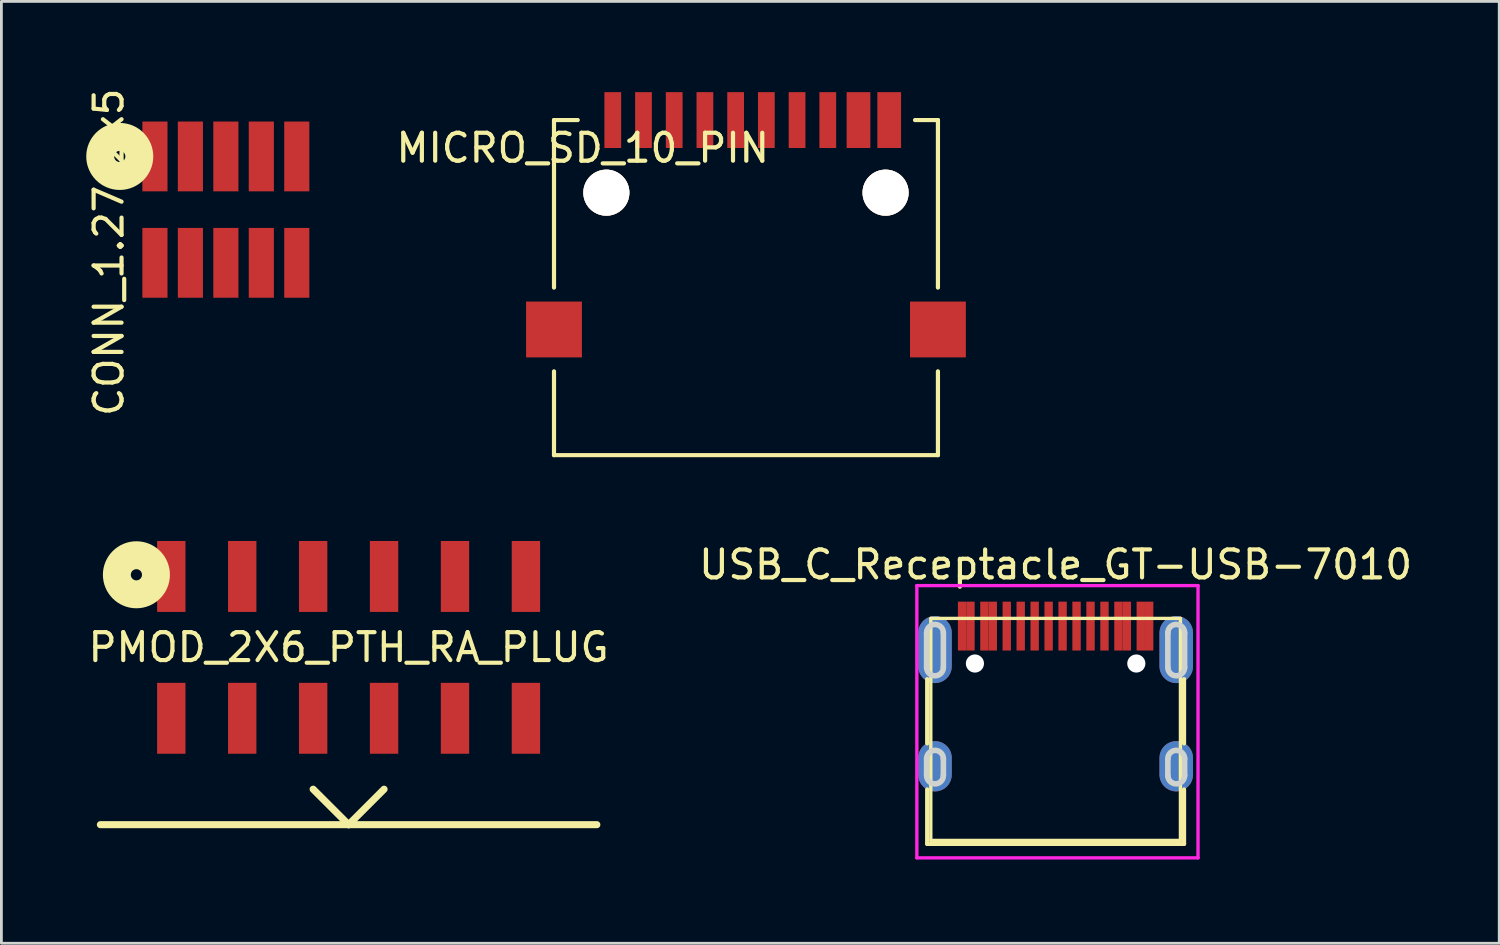
<source format=kicad_pcb>
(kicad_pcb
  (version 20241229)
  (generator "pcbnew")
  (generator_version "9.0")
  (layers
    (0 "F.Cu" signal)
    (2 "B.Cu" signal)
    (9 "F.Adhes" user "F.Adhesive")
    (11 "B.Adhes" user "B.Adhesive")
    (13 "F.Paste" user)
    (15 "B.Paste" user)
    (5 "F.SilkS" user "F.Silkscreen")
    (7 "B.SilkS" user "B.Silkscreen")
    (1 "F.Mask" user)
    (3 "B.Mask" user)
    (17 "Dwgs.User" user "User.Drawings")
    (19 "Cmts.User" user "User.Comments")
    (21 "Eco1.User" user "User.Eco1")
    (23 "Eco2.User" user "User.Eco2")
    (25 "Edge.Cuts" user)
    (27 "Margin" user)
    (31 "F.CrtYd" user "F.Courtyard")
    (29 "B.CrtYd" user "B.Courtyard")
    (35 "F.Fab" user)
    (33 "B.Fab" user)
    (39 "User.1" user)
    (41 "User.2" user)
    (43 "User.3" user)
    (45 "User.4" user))
  (footprint "USB_C_Receptacle_GT-USB-7010"
    (layer "F.Cu")
    (at 34.756 22.523)
    (property "Reference" "USB_C_Receptacle_GT-USB-7010" (at 0 -5.35 0) (layer "F.SilkS") (effects (font (size 1 1) (thickness 0.15))))
    (attr through_hole)
    (fp_line (start -4.6 1.05) (end -4.6 -1.25) (stroke (width 0.15) (type solid)) (layer "F.SilkS"))
    (fp_line (start -4.6 4.65) (end -4.6 2.7) (stroke (width 0.15) (type solid)) (layer "F.SilkS"))
    (fp_line (start -4.47 -3.425) (end -4.47 4.525) (stroke (width 0.12) (type solid)) (layer "F.SilkS"))
    (fp_line (start -4.47 -3.425) (end 4.47 -3.425) (stroke (width 0.12) (type solid)) (layer "F.SilkS"))
    (fp_line (start 4.47 -3.425) (end 4.47 4.525) (stroke (width 0.12) (type solid)) (layer "F.SilkS"))
    (fp_line (start 4.47 4.525) (end -4.47 4.525) (stroke (width 0.12) (type solid)) (layer "F.SilkS"))
    (fp_line (start 4.6 1.05) (end 4.6 -1.25) (stroke (width 0.15) (type solid)) (layer "F.SilkS"))
    (fp_line (start 4.6 4.65) (end -4.6 4.65) (stroke (width 0.15) (type solid)) (layer "F.SilkS"))
    (fp_line (start 4.6 4.65) (end 4.6 2.7) (stroke (width 0.15) (type solid)) (layer "F.SilkS"))
    (fp_line (start -4.62 -2.91) (end -4.62 -1.67) (stroke (width 0.2) (type solid)) (layer "Edge.Cuts"))
    (fp_line (start -4.62 1.6) (end -4.62 2.2) (stroke (width 0.2) (type solid)) (layer "Edge.Cuts"))
    (fp_line (start -4.02 -2.91) (end -4.02 -1.67) (stroke (width 0.2) (type solid)) (layer "Edge.Cuts"))
    (fp_line (start -4.02 1.6) (end -4.02 2.2) (stroke (width 0.2) (type solid)) (layer "Edge.Cuts"))
    (fp_line (start 4.02 -2.91) (end 4.02 -1.67) (stroke (width 0.2) (type solid)) (layer "Edge.Cuts"))
    (fp_line (start 4.02 1.62) (end 4.02 2.22) (stroke (width 0.2) (type solid)) (layer "Edge.Cuts"))
    (fp_line (start 4.62 -2.91) (end 4.62 -1.67) (stroke (width 0.2) (type solid)) (layer "Edge.Cuts"))
    (fp_line (start 4.62 1.6) (end 4.62 2.2) (stroke (width 0.2) (type solid)) (layer "Edge.Cuts"))
    (fp_arc (start -4.62 -2.91) (mid -4.32 -3.21) (end -4.02 -2.91) (stroke (width 0.2) (type solid)) (layer "Edge.Cuts"))
    (fp_arc (start -4.62 1.6) (mid -4.32 1.3) (end -4.02 1.6) (stroke (width 0.2) (type solid)) (layer "Edge.Cuts"))
    (fp_arc (start -4.02 -1.67) (mid -4.32 -1.37) (end -4.62 -1.67) (stroke (width 0.2) (type solid)) (layer "Edge.Cuts"))
    (fp_arc (start -4.02 2.2) (mid -4.32 2.5) (end -4.62 2.2) (stroke (width 0.2) (type solid)) (layer "Edge.Cuts"))
    (fp_arc (start 4.02 -2.91) (mid 4.32 -3.21) (end 4.62 -2.91) (stroke (width 0.2) (type solid)) (layer "Edge.Cuts"))
    (fp_arc (start 4.02 1.6) (mid 4.32 1.3) (end 4.62 1.6) (stroke (width 0.2) (type solid)) (layer "Edge.Cuts"))
    (fp_arc (start 4.62 -1.67) (mid 4.32 -1.37) (end 4.02 -1.67) (stroke (width 0.2) (type solid)) (layer "Edge.Cuts"))
    (fp_arc (start 4.62 2.2) (mid 4.32 2.5) (end 4.02 2.2) (stroke (width 0.2) (type solid)) (layer "Edge.Cuts"))
    (fp_line (start -4.97 -4.6) (end -4.97 5.15) (stroke (width 0.12) (type solid)) (layer "F.CrtYd"))
    (fp_line (start -4.97 -4.6) (end 5.1 -4.6) (stroke (width 0.12) (type solid)) (layer "F.CrtYd"))
    (fp_line (start -4.97 5.15) (end 5.1 5.15) (stroke (width 0.12) (type solid)) (layer "F.CrtYd"))
    (fp_line (start 5.1 -4.6) (end 5.1 5.15) (stroke (width 0.12) (type solid)) (layer "F.CrtYd"))
    (pad "" np_thru_hole circle (at -2.89 -1.81) (size 0.65 0.65) (drill 0.65) (layers "*.Cu" "*.Mask"))
    (pad "" np_thru_hole circle (at 2.89 -1.81) (size 0.65 0.65) (drill 0.65) (layers "*.Cu" "*.Mask"))
    (pad "A1" smd rect (at -3.35 -3.15) (size 0.3 1.75) (layers "F.Cu" "F.Mask" "F.Paste"))
    (pad "A4" smd rect (at -2.55 -3.15) (size 0.3 1.75) (layers "F.Cu" "F.Mask" "F.Paste"))
    (pad "A5" smd rect (at -1.25 -3.15) (size 0.3 1.75) (layers "F.Cu" "F.Mask" "F.Paste"))
    (pad "A6" smd rect (at -0.25 -3.15) (size 0.3 1.75) (layers "F.Cu" "F.Mask" "F.Paste"))
    (pad "A7" smd rect (at 0.25 -3.15) (size 0.3 1.75) (layers "F.Cu" "F.Mask" "F.Paste"))
    (pad "A8" smd rect (at 1.25 -3.15) (size 0.3 1.75) (layers "F.Cu" "F.Mask" "F.Paste"))
    (pad "A9" smd rect (at 2.55 -3.15) (size 0.3 1.75) (layers "F.Cu" "F.Mask" "F.Paste"))
    (pad "A12" smd rect (at 3.35 -3.15) (size 0.3 1.75) (layers "F.Cu" "F.Mask" "F.Paste"))
    (pad "B1" smd rect (at 3.05 -3.15) (size 0.3 1.75) (layers "F.Cu" "F.Mask" "F.Paste"))
    (pad "B4" smd rect (at 2.25 -3.15) (size 0.3 1.75) (layers "F.Cu" "F.Mask" "F.Paste"))
    (pad "B5" smd rect (at 1.75 -3.15) (size 0.3 1.75) (layers "F.Cu" "F.Mask" "F.Paste"))
    (pad "B6" smd rect (at 0.75 -3.15) (size 0.3 1.75) (layers "F.Cu" "F.Mask" "F.Paste"))
    (pad "B7" smd rect (at -0.75 -3.15) (size 0.3 1.75) (layers "F.Cu" "F.Mask" "F.Paste"))
    (pad "B8" smd rect (at -1.75 -3.15) (size 0.3 1.75) (layers "F.Cu" "F.Mask" "F.Paste"))
    (pad "B9" smd rect (at -2.25 -3.15) (size 0.3 1.75) (layers "F.Cu" "F.Mask" "F.Paste"))
    (pad "B12" smd rect (at -3.05 -3.15) (size 0.3 1.75) (layers "F.Cu" "F.Mask" "F.Paste"))
    (pad "S1" smd oval (at -4.32 -2.31) (size 1.2 2.4) (layers "F.Cu" "F.Mask" "F.Paste"))
    (pad "S1" smd oval (at -4.32 -2.31) (size 1.2 2.4) (layers "B.Cu" "B.Mask" "B.Paste"))
    (pad "S1" smd oval (at -4.32 1.87) (size 1.2 1.8) (layers "F.Cu" "F.Mask" "F.Paste"))
    (pad "S1" smd oval (at -4.32 1.87) (size 1.2 1.8) (layers "B.Cu" "B.Mask" "B.Paste"))
    (pad "S1" smd oval (at 4.32 -2.31) (size 1.2 2.4) (layers "F.Cu" "F.Mask" "F.Paste"))
    (pad "S1" smd oval (at 4.32 -2.31) (size 1.2 2.4) (layers "B.Cu" "B.Mask" "B.Paste"))
    (pad "S1" smd oval (at 4.32 1.87) (size 1.2 1.8) (layers "F.Cu" "F.Mask" "F.Paste"))
    (pad "S1" smd oval (at 4.32 1.87) (size 1.2 1.8) (layers "B.Cu" "B.Mask" "B.Paste")))
  (footprint "PMOD_2X6_PTH_RA_PLUG"
    (layer "F.Cu")
    (at 9.435 20.135)
    (property "Reference" "PMOD_2X6_PTH_RA_PLUG" (at 0 0 0) (layer "F.SilkS") (effects (font (size 1 1) (thickness 0.15))))
    (attr smd)
    (fp_line (start 0 6.35) (end -8.89 6.35) (stroke (width 0.254) (type solid)) (layer "F.SilkS"))
    (fp_line (start 0 6.35) (end -1.27 5.08) (stroke (width 0.254) (type solid)) (layer "F.SilkS"))
    (fp_line (start 1.27 5.08) (end 0 6.35) (stroke (width 0.254) (type solid)) (layer "F.SilkS"))
    (fp_line (start 8.89 6.35) (end 0 6.35) (stroke (width 0.254) (type solid)) (layer "F.SilkS"))
    (fp_circle (center -7.6 -2.6) (end -7.4 -2.6) (stroke (width 1) (type solid)) (fill no) (layer "F.SilkS"))
    (pad "1" smd rect (at -6.35 -2.54 270) (size 2.54 1.016) (layers "F.Cu" "F.Mask" "F.Paste"))
    (pad "2" smd rect (at -3.81 -2.54 270) (size 2.54 1.016) (layers "F.Cu" "F.Mask" "F.Paste"))
    (pad "3" smd rect (at -1.27 -2.54 270) (size 2.54 1.016) (layers "F.Cu" "F.Mask" "F.Paste"))
    (pad "4" smd rect (at 1.27 -2.54 270) (size 2.54 1.016) (layers "F.Cu" "F.Mask" "F.Paste"))
    (pad "5" smd rect (at 3.81 -2.54 270) (size 2.54 1.016) (layers "F.Cu" "F.Mask" "F.Paste"))
    (pad "6" smd rect (at 6.35 -2.54 270) (size 2.54 1.016) (layers "F.Cu" "F.Mask" "F.Paste"))
    (pad "7" smd rect (at -6.35 2.54 270) (size 2.54 1.016) (layers "F.Cu" "F.Mask" "F.Paste"))
    (pad "8" smd rect (at -3.81 2.54 270) (size 2.54 1.016) (layers "F.Cu" "F.Mask" "F.Paste"))
    (pad "9" smd rect (at -1.27 2.54 270) (size 2.54 1.016) (layers "F.Cu" "F.Mask" "F.Paste"))
    (pad "10" smd rect (at 1.27 2.54 270) (size 2.54 1.016) (layers "F.Cu" "F.Mask" "F.Paste"))
    (pad "11" smd rect (at 3.81 2.54 270) (size 2.54 1.016) (layers "F.Cu" "F.Mask" "F.Paste"))
    (pad "12" smd rect (at 6.35 2.54 270) (size 2.54 1.016) (layers "F.Cu" "F.Mask" "F.Paste")))
  (footprint "CONN_1.27_2x5"
    (layer "F.Cu")
    (at 5.039 4.458)
    (property "Reference" "CONN_1.27_2x5" (at -4.191 1.524 90) (layer "F.SilkS") (effects (font (size 1 1) (thickness 0.15))))
    (attr through_hole)
    (fp_circle (center -3.8 -1.905) (end -3.6 -1.905) (stroke (width 1) (type solid)) (fill no) (layer "F.SilkS"))
    (pad "1" smd rect (at -2.54 -1.905) (size 0.9 2.5) (layers "F.Cu" "F.Mask" "F.Paste"))
    (pad "2" smd rect (at -2.54 1.905) (size 0.9 2.5) (layers "F.Cu" "F.Mask" "F.Paste"))
    (pad "3" smd rect (at -1.27 -1.905) (size 0.9 2.5) (layers "F.Cu" "F.Mask" "F.Paste"))
    (pad "4" smd rect (at -1.27 1.905) (size 0.9 2.5) (layers "F.Cu" "F.Mask" "F.Paste"))
    (pad "5" smd rect (at 0 -1.905) (size 0.9 2.5) (layers "F.Cu" "F.Mask" "F.Paste"))
    (pad "6" smd rect (at 0 1.905) (size 0.9 2.5) (layers "F.Cu" "F.Mask" "F.Paste"))
    (pad "7" smd rect (at 1.27 -1.905) (size 0.9 2.5) (layers "F.Cu" "F.Mask" "F.Paste"))
    (pad "8" smd rect (at 1.27 1.905) (size 0.9 2.5) (layers "F.Cu" "F.Mask" "F.Paste"))
    (pad "9" smd rect (at 2.54 -1.905) (size 0.9 2.5) (layers "F.Cu" "F.Mask" "F.Paste"))
    (pad "10" smd rect (at 2.54 1.905) (size 0.9 2.5) (layers "F.Cu" "F.Mask" "F.Paste")))
  (footprint "MICRO_SD_10_PIN"
    (layer "F.Cu")
    (at 29.221 0.25)
    (property "Reference" "MICRO_SD_10_PIN" (at -11.4 2 0) (layer "F.SilkS") (effects (font (size 1 1) (thickness 0.15))))
    (attr through_hole)
    (fp_line (start -12.43 1) (end -11.58 1) (stroke (width 0.15) (type solid)) (layer "F.SilkS"))
    (fp_line (start -12.43 7) (end -12.43 1) (stroke (width 0.15) (type solid)) (layer "F.SilkS"))
    (fp_line (start -12.43 13) (end -12.43 10) (stroke (width 0.15) (type solid)) (layer "F.SilkS"))
    (fp_line (start 0.5 1) (end 1.32 1) (stroke (width 0.15) (type solid)) (layer "F.SilkS"))
    (fp_line (start 1.32 1) (end 1.32 7) (stroke (width 0.15) (type solid)) (layer "F.SilkS"))
    (fp_line (start 1.32 13) (end -12.43 13) (stroke (width 0.15) (type solid)) (layer "F.SilkS"))
    (fp_line (start 1.32 13) (end 1.32 10) (stroke (width 0.15) (type solid)) (layer "F.SilkS"))
    (pad "" np_thru_hole circle (at -10.555 3.6) (size 1.65 1.65) (drill 1.65) (layers "*.Cu" "*.SilkS" "*.Mask"))
    (pad "" np_thru_hole circle (at -0.555 3.6) (size 1.65 1.65) (drill 1.65) (layers "*.Cu" "*.SilkS" "*.Mask"))
    (pad "1" smd rect (at -2.625 1) (size 0.6 2) (layers "F.Cu" "F.Mask" "F.Paste"))
    (pad "2" smd rect (at -3.725 1) (size 0.6 2) (layers "F.Cu" "F.Mask" "F.Paste"))
    (pad "3" smd rect (at -4.825 1) (size 0.6 2) (layers "F.Cu" "F.Mask" "F.Paste"))
    (pad "4" smd rect (at -5.925 1) (size 0.6 2) (layers "F.Cu" "F.Mask" "F.Paste"))
    (pad "5" smd rect (at -7.025 1) (size 0.6 2) (layers "F.Cu" "F.Mask" "F.Paste"))
    (pad "6" smd rect (at -8.125 1) (size 0.6 2) (layers "F.Cu" "F.Mask" "F.Paste"))
    (pad "7" smd rect (at -9.225 1) (size 0.6 2) (layers "F.Cu" "F.Mask" "F.Paste"))
    (pad "8" smd rect (at -10.325 1) (size 0.6 2) (layers "F.Cu" "F.Mask" "F.Paste"))
    (pad "CD1" smd rect (at -1.525 1) (size 0.85 2) (layers "F.Cu" "F.Mask" "F.Paste"))
    (pad "CD2" smd rect (at -0.425 1) (size 0.85 2) (layers "F.Cu" "F.Mask" "F.Paste"))
    (pad "SHIE" smd rect (at -12.43 8.5) (size 2 2) (layers "F.Cu" "F.Mask" "F.Paste"))
    (pad "SHIE" smd rect (at 1.32 8.5) (size 2 2) (layers "F.Cu" "F.Mask" "F.Paste")))
  (gr_rect
    (start -3 -3)
    (end 50.643 30.733)
    (stroke (width 0.1) (type default))
    (fill no)
    (layer "Edge.Cuts")))
</source>
